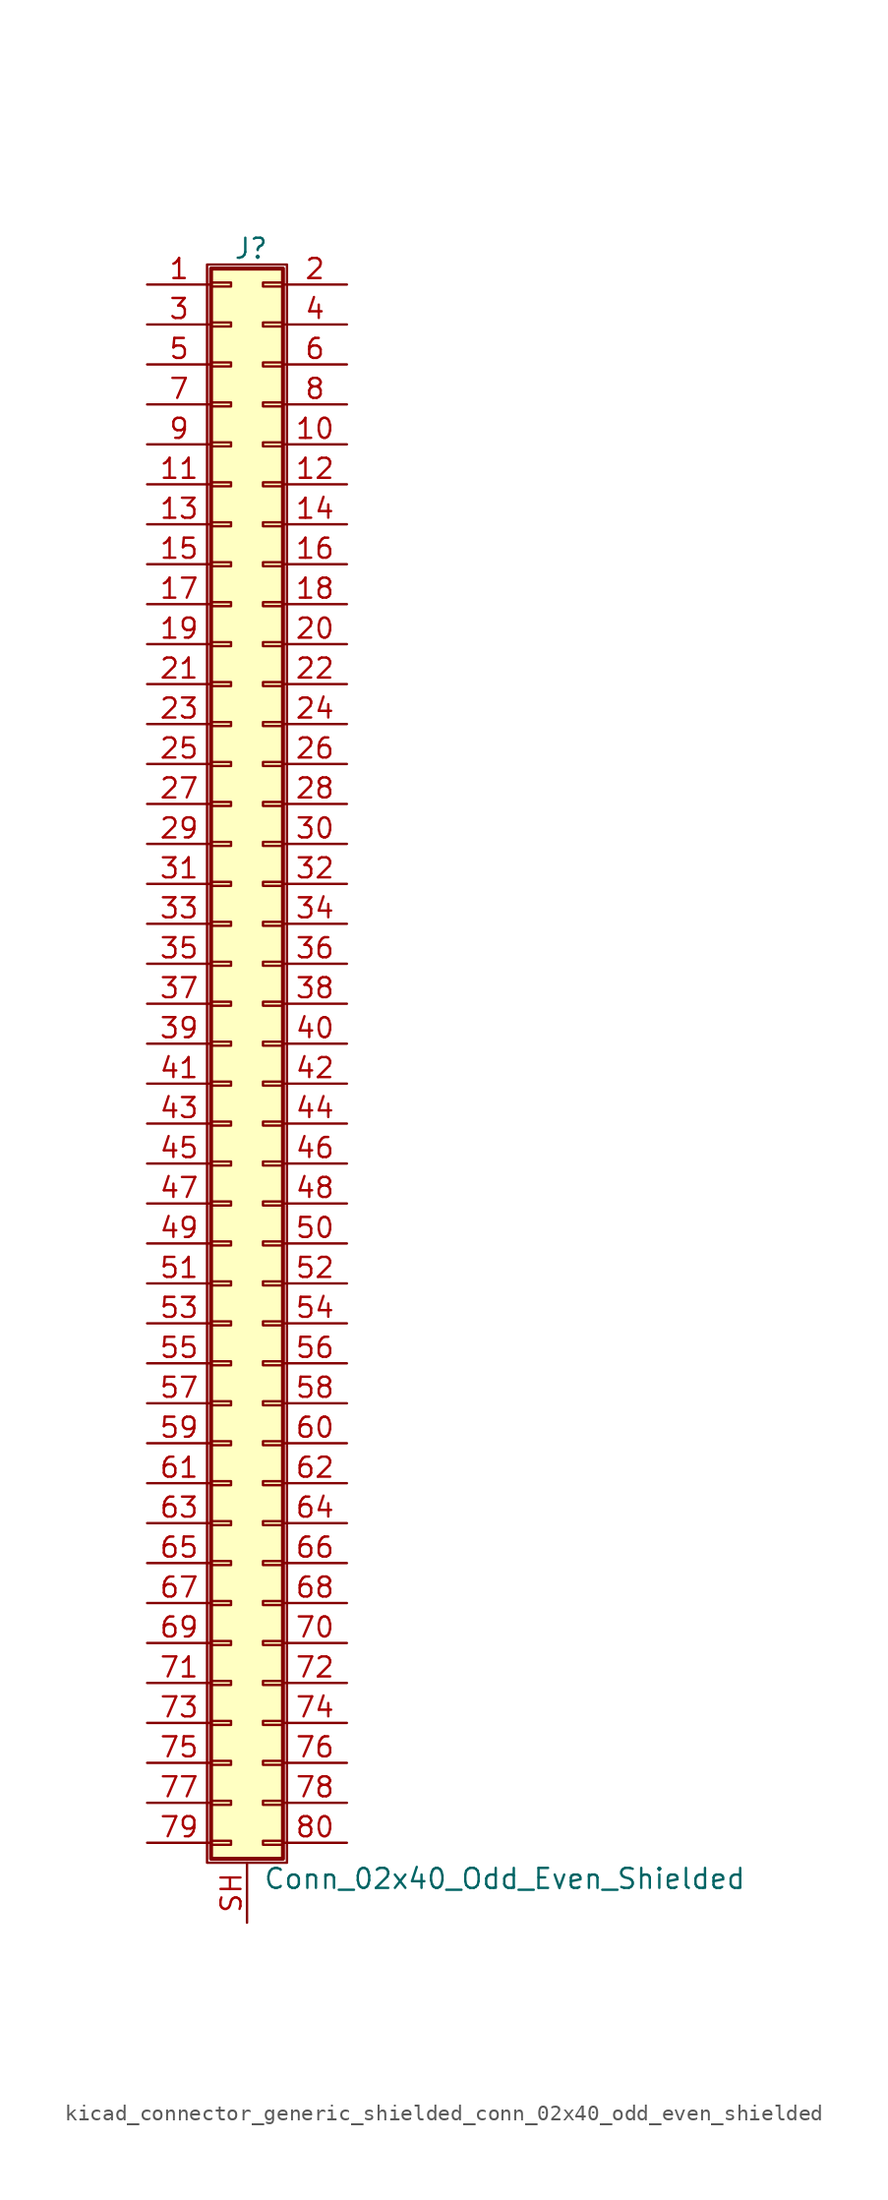
<source format=kicad_sym>
(kicad_symbol_lib
  (version 20220914)
  (generator kicad_symbol_editor)
  (symbol "kicad_connector_generic_shielded_conn_02x40_odd_even_shielded"
    (pin_names
      (offset 1.016) hide)
    (property "Reference" "J"
      (at 1.524 50.546 0)
      (effects (font (size 1.27 1.27))))
    (property "Value" "Conn_02x40_Odd_Even_Shielded"
      (at 2.286 -53.086 0)
      (effects (font (size 1.27 1.27)) (justify left)))
    (symbol "kicad_connector_generic_shielded_conn_02x40_odd_even_shielded_1_1"
      (rectangle (start -1.27 49.53) (end 3.81 -52.07) (stroke (width 0.152) (type default)) (fill (type none)))
      (rectangle (start -1.016 -50.673) (end 0.254 -50.927) (stroke (width 0.152) (type default)) (fill (type none)))
      (rectangle (start -1.016 -48.133) (end 0.254 -48.387) (stroke (width 0.152) (type default)) (fill (type none)))
      (rectangle (start -1.016 -45.593) (end 0.254 -45.847) (stroke (width 0.152) (type default)) (fill (type none)))
      (rectangle (start -1.016 -43.053) (end 0.254 -43.307) (stroke (width 0.152) (type default)) (fill (type none)))
      (rectangle (start -1.016 -40.513) (end 0.254 -40.767) (stroke (width 0.152) (type default)) (fill (type none)))
      (rectangle (start -1.016 -37.973) (end 0.254 -38.227) (stroke (width 0.152) (type default)) (fill (type none)))
      (rectangle (start -1.016 -35.433) (end 0.254 -35.687) (stroke (width 0.152) (type default)) (fill (type none)))
      (rectangle (start -1.016 -32.893) (end 0.254 -33.147) (stroke (width 0.152) (type default)) (fill (type none)))
      (rectangle (start -1.016 -30.353) (end 0.254 -30.607) (stroke (width 0.152) (type default)) (fill (type none)))
      (rectangle (start -1.016 -27.813) (end 0.254 -28.067) (stroke (width 0.152) (type default)) (fill (type none)))
      (rectangle (start -1.016 -25.273) (end 0.254 -25.527) (stroke (width 0.152) (type default)) (fill (type none)))
      (rectangle (start -1.016 -22.733) (end 0.254 -22.987) (stroke (width 0.152) (type default)) (fill (type none)))
      (rectangle (start -1.016 -20.193) (end 0.254 -20.447) (stroke (width 0.152) (type default)) (fill (type none)))
      (rectangle (start -1.016 -17.653) (end 0.254 -17.907) (stroke (width 0.152) (type default)) (fill (type none)))
      (rectangle (start -1.016 -15.113) (end 0.254 -15.367) (stroke (width 0.152) (type default)) (fill (type none)))
      (rectangle (start -1.016 -12.573) (end 0.254 -12.827) (stroke (width 0.152) (type default)) (fill (type none)))
      (rectangle (start -1.016 -10.033) (end 0.254 -10.287) (stroke (width 0.152) (type default)) (fill (type none)))
      (rectangle (start -1.016 -7.493) (end 0.254 -7.747) (stroke (width 0.152) (type default)) (fill (type none)))
      (rectangle (start -1.016 -4.953) (end 0.254 -5.207) (stroke (width 0.152) (type default)) (fill (type none)))
      (rectangle (start -1.016 -2.413) (end 0.254 -2.667) (stroke (width 0.152) (type default)) (fill (type none)))
      (rectangle (start -1.016 0.127) (end 0.254 -0.127) (stroke (width 0.152) (type default)) (fill (type none)))
      (rectangle (start -1.016 2.667) (end 0.254 2.413) (stroke (width 0.152) (type default)) (fill (type none)))
      (rectangle (start -1.016 5.207) (end 0.254 4.953) (stroke (width 0.152) (type default)) (fill (type none)))
      (rectangle (start -1.016 7.747) (end 0.254 7.493) (stroke (width 0.152) (type default)) (fill (type none)))
      (rectangle (start -1.016 10.287) (end 0.254 10.033) (stroke (width 0.152) (type default)) (fill (type none)))
      (rectangle (start -1.016 12.827) (end 0.254 12.573) (stroke (width 0.152) (type default)) (fill (type none)))
      (rectangle (start -1.016 15.367) (end 0.254 15.113) (stroke (width 0.152) (type default)) (fill (type none)))
      (rectangle (start -1.016 17.907) (end 0.254 17.653) (stroke (width 0.152) (type default)) (fill (type none)))
      (rectangle (start -1.016 20.447) (end 0.254 20.193) (stroke (width 0.152) (type default)) (fill (type none)))
      (rectangle (start -1.016 22.987) (end 0.254 22.733) (stroke (width 0.152) (type default)) (fill (type none)))
      (rectangle (start -1.016 25.527) (end 0.254 25.273) (stroke (width 0.152) (type default)) (fill (type none)))
      (rectangle (start -1.016 28.067) (end 0.254 27.813) (stroke (width 0.152) (type default)) (fill (type none)))
      (rectangle (start -1.016 30.607) (end 0.254 30.353) (stroke (width 0.152) (type default)) (fill (type none)))
      (rectangle (start -1.016 33.147) (end 0.254 32.893) (stroke (width 0.152) (type default)) (fill (type none)))
      (rectangle (start -1.016 35.687) (end 0.254 35.433) (stroke (width 0.152) (type default)) (fill (type none)))
      (rectangle (start -1.016 38.227) (end 0.254 37.973) (stroke (width 0.152) (type default)) (fill (type none)))
      (rectangle (start -1.016 40.767) (end 0.254 40.513) (stroke (width 0.152) (type default)) (fill (type none)))
      (rectangle (start -1.016 43.307) (end 0.254 43.053) (stroke (width 0.152) (type default)) (fill (type none)))
      (rectangle (start -1.016 45.847) (end 0.254 45.593) (stroke (width 0.152) (type default)) (fill (type none)))
      (rectangle (start -1.016 48.387) (end 0.254 48.133) (stroke (width 0.152) (type default)) (fill (type none)))
      (rectangle (start -1.016 49.276) (end 3.556 -51.816) (stroke (width 0.254) (type default)) (fill (type background)))
      (rectangle (start 3.556 -50.673) (end 2.286 -50.927) (stroke (width 0.152) (type default)) (fill (type none)))
      (rectangle (start 3.556 -48.133) (end 2.286 -48.387) (stroke (width 0.152) (type default)) (fill (type none)))
      (rectangle (start 3.556 -45.593) (end 2.286 -45.847) (stroke (width 0.152) (type default)) (fill (type none)))
      (rectangle (start 3.556 -43.053) (end 2.286 -43.307) (stroke (width 0.152) (type default)) (fill (type none)))
      (rectangle (start 3.556 -40.513) (end 2.286 -40.767) (stroke (width 0.152) (type default)) (fill (type none)))
      (rectangle (start 3.556 -37.973) (end 2.286 -38.227) (stroke (width 0.152) (type default)) (fill (type none)))
      (rectangle (start 3.556 -35.433) (end 2.286 -35.687) (stroke (width 0.152) (type default)) (fill (type none)))
      (rectangle (start 3.556 -32.893) (end 2.286 -33.147) (stroke (width 0.152) (type default)) (fill (type none)))
      (rectangle (start 3.556 -30.353) (end 2.286 -30.607) (stroke (width 0.152) (type default)) (fill (type none)))
      (rectangle (start 3.556 -27.813) (end 2.286 -28.067) (stroke (width 0.152) (type default)) (fill (type none)))
      (rectangle (start 3.556 -25.273) (end 2.286 -25.527) (stroke (width 0.152) (type default)) (fill (type none)))
      (rectangle (start 3.556 -22.733) (end 2.286 -22.987) (stroke (width 0.152) (type default)) (fill (type none)))
      (rectangle (start 3.556 -20.193) (end 2.286 -20.447) (stroke (width 0.152) (type default)) (fill (type none)))
      (rectangle (start 3.556 -17.653) (end 2.286 -17.907) (stroke (width 0.152) (type default)) (fill (type none)))
      (rectangle (start 3.556 -15.113) (end 2.286 -15.367) (stroke (width 0.152) (type default)) (fill (type none)))
      (rectangle (start 3.556 -12.573) (end 2.286 -12.827) (stroke (width 0.152) (type default)) (fill (type none)))
      (rectangle (start 3.556 -10.033) (end 2.286 -10.287) (stroke (width 0.152) (type default)) (fill (type none)))
      (rectangle (start 3.556 -7.493) (end 2.286 -7.747) (stroke (width 0.152) (type default)) (fill (type none)))
      (rectangle (start 3.556 -4.953) (end 2.286 -5.207) (stroke (width 0.152) (type default)) (fill (type none)))
      (rectangle (start 3.556 -2.413) (end 2.286 -2.667) (stroke (width 0.152) (type default)) (fill (type none)))
      (rectangle (start 3.556 0.127) (end 2.286 -0.127) (stroke (width 0.152) (type default)) (fill (type none)))
      (rectangle (start 3.556 2.667) (end 2.286 2.413) (stroke (width 0.152) (type default)) (fill (type none)))
      (rectangle (start 3.556 5.207) (end 2.286 4.953) (stroke (width 0.152) (type default)) (fill (type none)))
      (rectangle (start 3.556 7.747) (end 2.286 7.493) (stroke (width 0.152) (type default)) (fill (type none)))
      (rectangle (start 3.556 10.287) (end 2.286 10.033) (stroke (width 0.152) (type default)) (fill (type none)))
      (rectangle (start 3.556 12.827) (end 2.286 12.573) (stroke (width 0.152) (type default)) (fill (type none)))
      (rectangle (start 3.556 15.367) (end 2.286 15.113) (stroke (width 0.152) (type default)) (fill (type none)))
      (rectangle (start 3.556 17.907) (end 2.286 17.653) (stroke (width 0.152) (type default)) (fill (type none)))
      (rectangle (start 3.556 20.447) (end 2.286 20.193) (stroke (width 0.152) (type default)) (fill (type none)))
      (rectangle (start 3.556 22.987) (end 2.286 22.733) (stroke (width 0.152) (type default)) (fill (type none)))
      (rectangle (start 3.556 25.527) (end 2.286 25.273) (stroke (width 0.152) (type default)) (fill (type none)))
      (rectangle (start 3.556 28.067) (end 2.286 27.813) (stroke (width 0.152) (type default)) (fill (type none)))
      (rectangle (start 3.556 30.607) (end 2.286 30.353) (stroke (width 0.152) (type default)) (fill (type none)))
      (rectangle (start 3.556 33.147) (end 2.286 32.893) (stroke (width 0.152) (type default)) (fill (type none)))
      (rectangle (start 3.556 35.687) (end 2.286 35.433) (stroke (width 0.152) (type default)) (fill (type none)))
      (rectangle (start 3.556 38.227) (end 2.286 37.973) (stroke (width 0.152) (type default)) (fill (type none)))
      (rectangle (start 3.556 40.767) (end 2.286 40.513) (stroke (width 0.152) (type default)) (fill (type none)))
      (rectangle (start 3.556 43.307) (end 2.286 43.053) (stroke (width 0.152) (type default)) (fill (type none)))
      (rectangle (start 3.556 45.847) (end 2.286 45.593) (stroke (width 0.152) (type default)) (fill (type none)))
      (rectangle (start 3.556 48.387) (end 2.286 48.133) (stroke (width 0.152) (type default)) (fill (type none)))
      (pin passive line (at -5.08 48.26 0) (length 4.064) (name "Pin_1" (effects (font (size 1.27 1.27)))) (number "1" (effects (font (size 1.27 1.27)))))
      (pin passive line (at 7.62 38.1 180) (length 4.064) (name "Pin_10" (effects (font (size 1.27 1.27)))) (number "10" (effects (font (size 1.27 1.27)))))
      (pin passive line (at -5.08 35.56 0) (length 4.064) (name "Pin_11" (effects (font (size 1.27 1.27)))) (number "11" (effects (font (size 1.27 1.27)))))
      (pin passive line (at 7.62 35.56 180) (length 4.064) (name "Pin_12" (effects (font (size 1.27 1.27)))) (number "12" (effects (font (size 1.27 1.27)))))
      (pin passive line (at -5.08 33.02 0) (length 4.064) (name "Pin_13" (effects (font (size 1.27 1.27)))) (number "13" (effects (font (size 1.27 1.27)))))
      (pin passive line (at 7.62 33.02 180) (length 4.064) (name "Pin_14" (effects (font (size 1.27 1.27)))) (number "14" (effects (font (size 1.27 1.27)))))
      (pin passive line (at -5.08 30.48 0) (length 4.064) (name "Pin_15" (effects (font (size 1.27 1.27)))) (number "15" (effects (font (size 1.27 1.27)))))
      (pin passive line (at 7.62 30.48 180) (length 4.064) (name "Pin_16" (effects (font (size 1.27 1.27)))) (number "16" (effects (font (size 1.27 1.27)))))
      (pin passive line (at -5.08 27.94 0) (length 4.064) (name "Pin_17" (effects (font (size 1.27 1.27)))) (number "17" (effects (font (size 1.27 1.27)))))
      (pin passive line (at 7.62 27.94 180) (length 4.064) (name "Pin_18" (effects (font (size 1.27 1.27)))) (number "18" (effects (font (size 1.27 1.27)))))
      (pin passive line (at -5.08 25.4 0) (length 4.064) (name "Pin_19" (effects (font (size 1.27 1.27)))) (number "19" (effects (font (size 1.27 1.27)))))
      (pin passive line (at 7.62 48.26 180) (length 4.064) (name "Pin_2" (effects (font (size 1.27 1.27)))) (number "2" (effects (font (size 1.27 1.27)))))
      (pin passive line (at 7.62 25.4 180) (length 4.064) (name "Pin_20" (effects (font (size 1.27 1.27)))) (number "20" (effects (font (size 1.27 1.27)))))
      (pin passive line (at -5.08 22.86 0) (length 4.064) (name "Pin_21" (effects (font (size 1.27 1.27)))) (number "21" (effects (font (size 1.27 1.27)))))
      (pin passive line (at 7.62 22.86 180) (length 4.064) (name "Pin_22" (effects (font (size 1.27 1.27)))) (number "22" (effects (font (size 1.27 1.27)))))
      (pin passive line (at -5.08 20.32 0) (length 4.064) (name "Pin_23" (effects (font (size 1.27 1.27)))) (number "23" (effects (font (size 1.27 1.27)))))
      (pin passive line (at 7.62 20.32 180) (length 4.064) (name "Pin_24" (effects (font (size 1.27 1.27)))) (number "24" (effects (font (size 1.27 1.27)))))
      (pin passive line (at -5.08 17.78 0) (length 4.064) (name "Pin_25" (effects (font (size 1.27 1.27)))) (number "25" (effects (font (size 1.27 1.27)))))
      (pin passive line (at 7.62 17.78 180) (length 4.064) (name "Pin_26" (effects (font (size 1.27 1.27)))) (number "26" (effects (font (size 1.27 1.27)))))
      (pin passive line (at -5.08 15.24 0) (length 4.064) (name "Pin_27" (effects (font (size 1.27 1.27)))) (number "27" (effects (font (size 1.27 1.27)))))
      (pin passive line (at 7.62 15.24 180) (length 4.064) (name "Pin_28" (effects (font (size 1.27 1.27)))) (number "28" (effects (font (size 1.27 1.27)))))
      (pin passive line (at -5.08 12.7 0) (length 4.064) (name "Pin_29" (effects (font (size 1.27 1.27)))) (number "29" (effects (font (size 1.27 1.27)))))
      (pin passive line (at -5.08 45.72 0) (length 4.064) (name "Pin_3" (effects (font (size 1.27 1.27)))) (number "3" (effects (font (size 1.27 1.27)))))
      (pin passive line (at 7.62 12.7 180) (length 4.064) (name "Pin_30" (effects (font (size 1.27 1.27)))) (number "30" (effects (font (size 1.27 1.27)))))
      (pin passive line (at -5.08 10.16 0) (length 4.064) (name "Pin_31" (effects (font (size 1.27 1.27)))) (number "31" (effects (font (size 1.27 1.27)))))
      (pin passive line (at 7.62 10.16 180) (length 4.064) (name "Pin_32" (effects (font (size 1.27 1.27)))) (number "32" (effects (font (size 1.27 1.27)))))
      (pin passive line (at -5.08 7.62 0) (length 4.064) (name "Pin_33" (effects (font (size 1.27 1.27)))) (number "33" (effects (font (size 1.27 1.27)))))
      (pin passive line (at 7.62 7.62 180) (length 4.064) (name "Pin_34" (effects (font (size 1.27 1.27)))) (number "34" (effects (font (size 1.27 1.27)))))
      (pin passive line (at -5.08 5.08 0) (length 4.064) (name "Pin_35" (effects (font (size 1.27 1.27)))) (number "35" (effects (font (size 1.27 1.27)))))
      (pin passive line (at 7.62 5.08 180) (length 4.064) (name "Pin_36" (effects (font (size 1.27 1.27)))) (number "36" (effects (font (size 1.27 1.27)))))
      (pin passive line (at -5.08 2.54 0) (length 4.064) (name "Pin_37" (effects (font (size 1.27 1.27)))) (number "37" (effects (font (size 1.27 1.27)))))
      (pin passive line (at 7.62 2.54 180) (length 4.064) (name "Pin_38" (effects (font (size 1.27 1.27)))) (number "38" (effects (font (size 1.27 1.27)))))
      (pin passive line (at -5.08 0 0) (length 4.064) (name "Pin_39" (effects (font (size 1.27 1.27)))) (number "39" (effects (font (size 1.27 1.27)))))
      (pin passive line (at 7.62 45.72 180) (length 4.064) (name "Pin_4" (effects (font (size 1.27 1.27)))) (number "4" (effects (font (size 1.27 1.27)))))
      (pin passive line (at 7.62 0 180) (length 4.064) (name "Pin_40" (effects (font (size 1.27 1.27)))) (number "40" (effects (font (size 1.27 1.27)))))
      (pin passive line (at -5.08 -2.54 0) (length 4.064) (name "Pin_41" (effects (font (size 1.27 1.27)))) (number "41" (effects (font (size 1.27 1.27)))))
      (pin passive line (at 7.62 -2.54 180) (length 4.064) (name "Pin_42" (effects (font (size 1.27 1.27)))) (number "42" (effects (font (size 1.27 1.27)))))
      (pin passive line (at -5.08 -5.08 0) (length 4.064) (name "Pin_43" (effects (font (size 1.27 1.27)))) (number "43" (effects (font (size 1.27 1.27)))))
      (pin passive line (at 7.62 -5.08 180) (length 4.064) (name "Pin_44" (effects (font (size 1.27 1.27)))) (number "44" (effects (font (size 1.27 1.27)))))
      (pin passive line (at -5.08 -7.62 0) (length 4.064) (name "Pin_45" (effects (font (size 1.27 1.27)))) (number "45" (effects (font (size 1.27 1.27)))))
      (pin passive line (at 7.62 -7.62 180) (length 4.064) (name "Pin_46" (effects (font (size 1.27 1.27)))) (number "46" (effects (font (size 1.27 1.27)))))
      (pin passive line (at -5.08 -10.16 0) (length 4.064) (name "Pin_47" (effects (font (size 1.27 1.27)))) (number "47" (effects (font (size 1.27 1.27)))))
      (pin passive line (at 7.62 -10.16 180) (length 4.064) (name "Pin_48" (effects (font (size 1.27 1.27)))) (number "48" (effects (font (size 1.27 1.27)))))
      (pin passive line (at -5.08 -12.7 0) (length 4.064) (name "Pin_49" (effects (font (size 1.27 1.27)))) (number "49" (effects (font (size 1.27 1.27)))))
      (pin passive line (at -5.08 43.18 0) (length 4.064) (name "Pin_5" (effects (font (size 1.27 1.27)))) (number "5" (effects (font (size 1.27 1.27)))))
      (pin passive line (at 7.62 -12.7 180) (length 4.064) (name "Pin_50" (effects (font (size 1.27 1.27)))) (number "50" (effects (font (size 1.27 1.27)))))
      (pin passive line (at -5.08 -15.24 0) (length 4.064) (name "Pin_51" (effects (font (size 1.27 1.27)))) (number "51" (effects (font (size 1.27 1.27)))))
      (pin passive line (at 7.62 -15.24 180) (length 4.064) (name "Pin_52" (effects (font (size 1.27 1.27)))) (number "52" (effects (font (size 1.27 1.27)))))
      (pin passive line (at -5.08 -17.78 0) (length 4.064) (name "Pin_53" (effects (font (size 1.27 1.27)))) (number "53" (effects (font (size 1.27 1.27)))))
      (pin passive line (at 7.62 -17.78 180) (length 4.064) (name "Pin_54" (effects (font (size 1.27 1.27)))) (number "54" (effects (font (size 1.27 1.27)))))
      (pin passive line (at -5.08 -20.32 0) (length 4.064) (name "Pin_55" (effects (font (size 1.27 1.27)))) (number "55" (effects (font (size 1.27 1.27)))))
      (pin passive line (at 7.62 -20.32 180) (length 4.064) (name "Pin_56" (effects (font (size 1.27 1.27)))) (number "56" (effects (font (size 1.27 1.27)))))
      (pin passive line (at -5.08 -22.86 0) (length 4.064) (name "Pin_57" (effects (font (size 1.27 1.27)))) (number "57" (effects (font (size 1.27 1.27)))))
      (pin passive line (at 7.62 -22.86 180) (length 4.064) (name "Pin_58" (effects (font (size 1.27 1.27)))) (number "58" (effects (font (size 1.27 1.27)))))
      (pin passive line (at -5.08 -25.4 0) (length 4.064) (name "Pin_59" (effects (font (size 1.27 1.27)))) (number "59" (effects (font (size 1.27 1.27)))))
      (pin passive line (at 7.62 43.18 180) (length 4.064) (name "Pin_6" (effects (font (size 1.27 1.27)))) (number "6" (effects (font (size 1.27 1.27)))))
      (pin passive line (at 7.62 -25.4 180) (length 4.064) (name "Pin_60" (effects (font (size 1.27 1.27)))) (number "60" (effects (font (size 1.27 1.27)))))
      (pin passive line (at -5.08 -27.94 0) (length 4.064) (name "Pin_61" (effects (font (size 1.27 1.27)))) (number "61" (effects (font (size 1.27 1.27)))))
      (pin passive line (at 7.62 -27.94 180) (length 4.064) (name "Pin_62" (effects (font (size 1.27 1.27)))) (number "62" (effects (font (size 1.27 1.27)))))
      (pin passive line (at -5.08 -30.48 0) (length 4.064) (name "Pin_63" (effects (font (size 1.27 1.27)))) (number "63" (effects (font (size 1.27 1.27)))))
      (pin passive line (at 7.62 -30.48 180) (length 4.064) (name "Pin_64" (effects (font (size 1.27 1.27)))) (number "64" (effects (font (size 1.27 1.27)))))
      (pin passive line (at -5.08 -33.02 0) (length 4.064) (name "Pin_65" (effects (font (size 1.27 1.27)))) (number "65" (effects (font (size 1.27 1.27)))))
      (pin passive line (at 7.62 -33.02 180) (length 4.064) (name "Pin_66" (effects (font (size 1.27 1.27)))) (number "66" (effects (font (size 1.27 1.27)))))
      (pin passive line (at -5.08 -35.56 0) (length 4.064) (name "Pin_67" (effects (font (size 1.27 1.27)))) (number "67" (effects (font (size 1.27 1.27)))))
      (pin passive line (at 7.62 -35.56 180) (length 4.064) (name "Pin_68" (effects (font (size 1.27 1.27)))) (number "68" (effects (font (size 1.27 1.27)))))
      (pin passive line (at -5.08 -38.1 0) (length 4.064) (name "Pin_69" (effects (font (size 1.27 1.27)))) (number "69" (effects (font (size 1.27 1.27)))))
      (pin passive line (at -5.08 40.64 0) (length 4.064) (name "Pin_7" (effects (font (size 1.27 1.27)))) (number "7" (effects (font (size 1.27 1.27)))))
      (pin passive line (at 7.62 -38.1 180) (length 4.064) (name "Pin_70" (effects (font (size 1.27 1.27)))) (number "70" (effects (font (size 1.27 1.27)))))
      (pin passive line (at -5.08 -40.64 0) (length 4.064) (name "Pin_71" (effects (font (size 1.27 1.27)))) (number "71" (effects (font (size 1.27 1.27)))))
      (pin passive line (at 7.62 -40.64 180) (length 4.064) (name "Pin_72" (effects (font (size 1.27 1.27)))) (number "72" (effects (font (size 1.27 1.27)))))
      (pin passive line (at -5.08 -43.18 0) (length 4.064) (name "Pin_73" (effects (font (size 1.27 1.27)))) (number "73" (effects (font (size 1.27 1.27)))))
      (pin passive line (at 7.62 -43.18 180) (length 4.064) (name "Pin_74" (effects (font (size 1.27 1.27)))) (number "74" (effects (font (size 1.27 1.27)))))
      (pin passive line (at -5.08 -45.72 0) (length 4.064) (name "Pin_75" (effects (font (size 1.27 1.27)))) (number "75" (effects (font (size 1.27 1.27)))))
      (pin passive line (at 7.62 -45.72 180) (length 4.064) (name "Pin_76" (effects (font (size 1.27 1.27)))) (number "76" (effects (font (size 1.27 1.27)))))
      (pin passive line (at -5.08 -48.26 0) (length 4.064) (name "Pin_77" (effects (font (size 1.27 1.27)))) (number "77" (effects (font (size 1.27 1.27)))))
      (pin passive line (at 7.62 -48.26 180) (length 4.064) (name "Pin_78" (effects (font (size 1.27 1.27)))) (number "78" (effects (font (size 1.27 1.27)))))
      (pin passive line (at -5.08 -50.8 0) (length 4.064) (name "Pin_79" (effects (font (size 1.27 1.27)))) (number "79" (effects (font (size 1.27 1.27)))))
      (pin passive line (at 7.62 40.64 180) (length 4.064) (name "Pin_8" (effects (font (size 1.27 1.27)))) (number "8" (effects (font (size 1.27 1.27)))))
      (pin passive line (at 7.62 -50.8 180) (length 4.064) (name "Pin_80" (effects (font (size 1.27 1.27)))) (number "80" (effects (font (size 1.27 1.27)))))
      (pin passive line (at -5.08 38.1 0) (length 4.064) (name "Pin_9" (effects (font (size 1.27 1.27)))) (number "9" (effects (font (size 1.27 1.27)))))
      (pin passive line (at 1.27 -55.88 90) (length 3.81) (name "Shield" (effects (font (size 1.27 1.27)))) (number "SH" (effects (font (size 1.27 1.27))))))))
</source>
